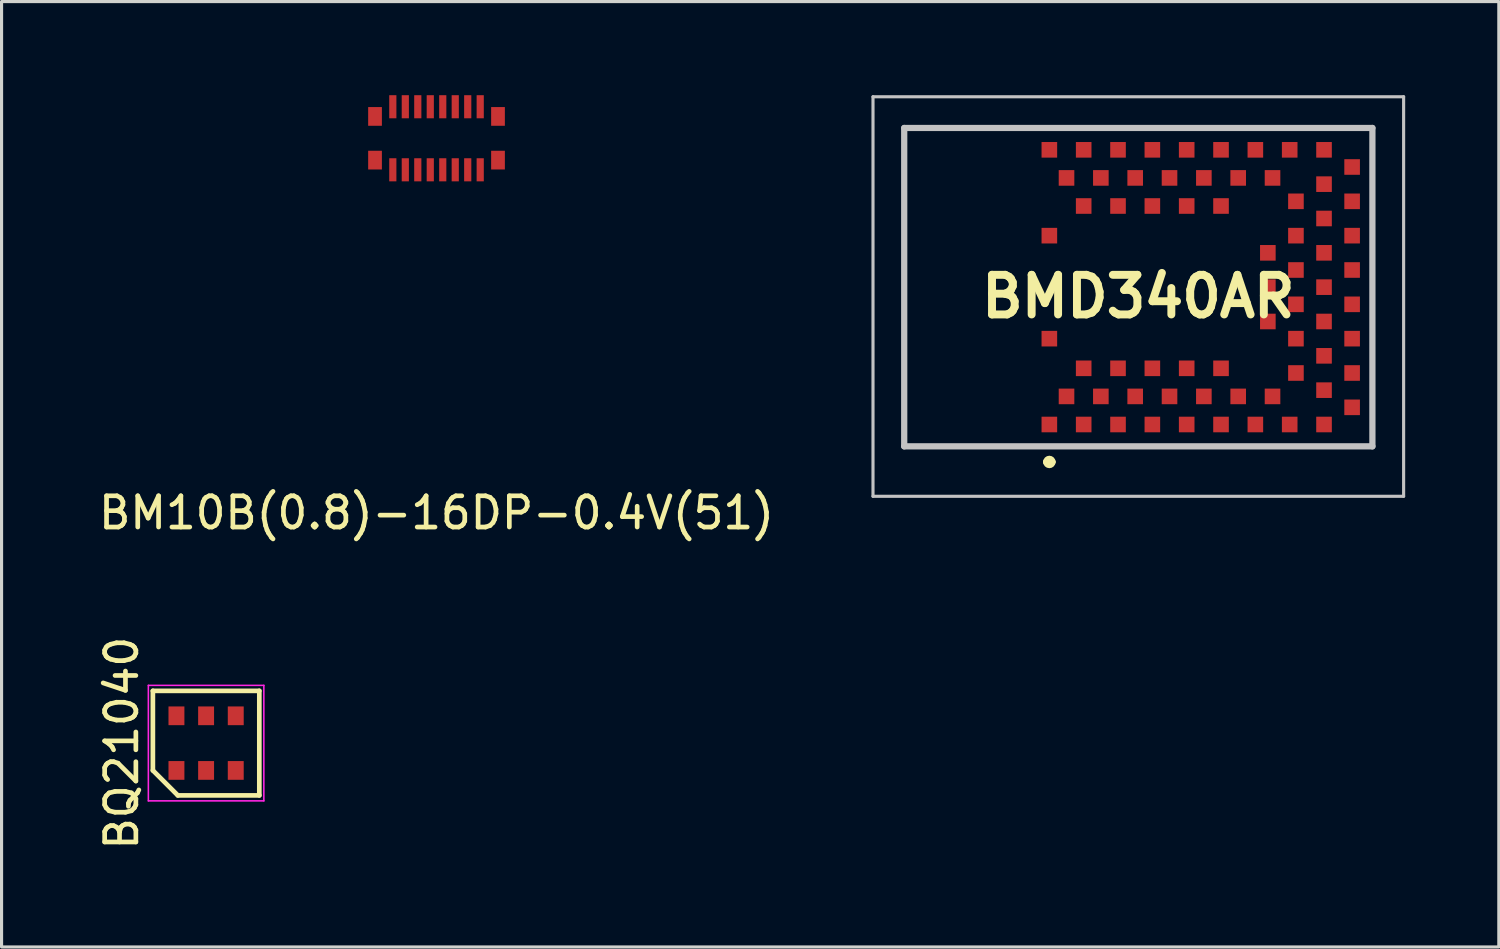
<source format=kicad_pcb>
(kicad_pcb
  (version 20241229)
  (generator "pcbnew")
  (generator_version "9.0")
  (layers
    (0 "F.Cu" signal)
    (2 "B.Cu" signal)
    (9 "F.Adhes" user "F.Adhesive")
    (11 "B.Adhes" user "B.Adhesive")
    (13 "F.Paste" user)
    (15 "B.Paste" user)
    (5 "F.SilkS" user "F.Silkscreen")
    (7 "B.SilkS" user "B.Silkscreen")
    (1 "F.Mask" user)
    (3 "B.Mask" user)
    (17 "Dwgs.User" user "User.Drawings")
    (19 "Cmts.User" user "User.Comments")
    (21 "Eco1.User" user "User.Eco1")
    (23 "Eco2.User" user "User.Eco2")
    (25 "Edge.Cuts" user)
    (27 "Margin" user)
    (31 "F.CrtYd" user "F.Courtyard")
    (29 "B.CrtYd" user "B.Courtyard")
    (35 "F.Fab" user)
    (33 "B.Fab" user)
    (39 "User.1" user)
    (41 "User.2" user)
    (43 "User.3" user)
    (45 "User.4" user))
  (footprint "BQ21040"
    (layer "F.Cu")
    (at 3.553 20.758)
    (property "Reference" "BQ21040" (at -2.705 0 90) (layer "F.SilkS") (effects (font (size 1 1) (thickness 0.15))))
    (attr smd)
    (fp_line (start -1.705 -1.675) (end 1.705 -1.675) (stroke (width 0.15) (type solid)) (layer "F.SilkS"))
    (fp_line (start -1.705 0.875) (end -1.705 -1.675) (stroke (width 0.15) (type solid)) (layer "F.SilkS"))
    (fp_line (start -0.905 1.675) (end -1.705 0.875) (stroke (width 0.15) (type solid)) (layer "F.SilkS"))
    (fp_line (start 1.705 -1.675) (end 1.705 1.675) (stroke (width 0.15) (type solid)) (layer "F.SilkS"))
    (fp_line (start 1.705 1.675) (end -0.905 1.675) (stroke (width 0.15) (type solid)) (layer "F.SilkS"))
    (fp_line (start -1.85 -1.85) (end 1.85 -1.85) (stroke (width 0.05) (type solid)) (layer "F.CrtYd"))
    (fp_line (start -1.85 1.85) (end -1.85 -1.85) (stroke (width 0.05) (type solid)) (layer "F.CrtYd"))
    (fp_line (start 1.85 -1.85) (end 1.85 1.85) (stroke (width 0.05) (type solid)) (layer "F.CrtYd"))
    (fp_line (start 1.85 1.85) (end -1.85 1.85) (stroke (width 0.05) (type solid)) (layer "F.CrtYd"))
    (pad "1" smd rect (at -0.95 0.875) (size 0.51 0.6) (layers "F.Cu" "F.Mask" "F.Paste"))
    (pad "2" smd rect (at 0 0.875) (size 0.51 0.6) (layers "F.Cu" "F.Mask" "F.Paste"))
    (pad "3" smd rect (at 0.95 0.875) (size 0.51 0.6) (layers "F.Cu" "F.Mask" "F.Paste"))
    (pad "4" smd rect (at 0.95 -0.875) (size 0.51 0.6) (layers "F.Cu" "F.Mask" "F.Paste"))
    (pad "5" smd rect (at 0 -0.875) (size 0.51 0.6) (layers "F.Cu" "F.Mask" "F.Paste"))
    (pad "6" smd rect (at -0.95 -0.875) (size 0.51 0.6) (layers "F.Cu" "F.Mask" "F.Paste")))
  (footprint "BM10B(0.8)-16DP-0.4V(51)"
    (layer "F.Cu")
    (at 10.935 1.38)
    (property "Reference" "BM10B(0.8)-16DP-0.4V(51)" (at 0 12 0) (layer "F.SilkS") (effects (font (size 1 1) (thickness 0.15))))
    (attr through_hole)
    (pad "1" smd rect (at -1.4 -1.01) (size 0.23 0.74) (layers "F.Cu" "F.Mask" "F.Paste"))
    (pad "2" smd rect (at -1.4 1.01) (size 0.23 0.74) (layers "F.Cu" "F.Mask" "F.Paste"))
    (pad "3" smd rect (at -1 -1.01) (size 0.23 0.74) (layers "F.Cu" "F.Mask" "F.Paste"))
    (pad "4" smd rect (at -1 1.01) (size 0.23 0.74) (layers "F.Cu" "F.Mask" "F.Paste"))
    (pad "5" smd rect (at -0.6 -1.01) (size 0.23 0.74) (layers "F.Cu" "F.Mask" "F.Paste"))
    (pad "6" smd rect (at -0.6 1.01) (size 0.23 0.74) (layers "F.Cu" "F.Mask" "F.Paste"))
    (pad "7" smd rect (at -0.2 -1.01) (size 0.23 0.74) (layers "F.Cu" "F.Mask" "F.Paste"))
    (pad "8" smd rect (at -0.2 1.01) (size 0.23 0.74) (layers "F.Cu" "F.Mask" "F.Paste"))
    (pad "9" smd rect (at 0.2 -1.01) (size 0.23 0.74) (layers "F.Cu" "F.Mask" "F.Paste"))
    (pad "10" smd rect (at 0.2 1.01) (size 0.23 0.74) (layers "F.Cu" "F.Mask" "F.Paste"))
    (pad "11" smd rect (at 0.6 -1.01) (size 0.23 0.74) (layers "F.Cu" "F.Mask" "F.Paste"))
    (pad "12" smd rect (at 0.6 1.01) (size 0.23 0.74) (layers "F.Cu" "F.Mask" "F.Paste"))
    (pad "13" smd rect (at 1 -1.01) (size 0.23 0.74) (layers "F.Cu" "F.Mask" "F.Paste"))
    (pad "14" smd rect (at 1 1.01) (size 0.23 0.74) (layers "F.Cu" "F.Mask" "F.Paste"))
    (pad "15" smd rect (at 1.4 -1.01) (size 0.23 0.74) (layers "F.Cu" "F.Mask" "F.Paste"))
    (pad "16" smd rect (at 1.4 1.01) (size 0.23 0.74) (layers "F.Cu" "F.Mask" "F.Paste"))
    (pad "G1" smd rect (at -1.97 -0.7) (size 0.44 0.6) (layers "F.Cu" "F.Mask" "F.Paste"))
    (pad "G2" smd rect (at -1.97 0.7) (size 0.44 0.6) (layers "F.Cu" "F.Mask" "F.Paste"))
    (pad "G3" smd rect (at 1.97 -0.7) (size 0.44 0.6) (layers "F.Cu" "F.Mask" "F.Paste"))
    (pad "G4" smd rect (at 1.97 0.7) (size 0.44 0.6) (layers "F.Cu" "F.Mask" "F.Paste")))
  (footprint "BMD340AR"
    (layer "F.Cu")
    (at 39.369 6.15)
    (property "Reference" "BMD340AR" (at -5.95 0.3 0) (layer "F.SilkS") (effects (font (size 1.27 1.27) (thickness 0.254))))
    (attr smd)
    (fp_line (start -13.45 -5.1) (end 1.55 -5.1) (stroke (width 0.1) (type solid)) (layer "F.SilkS"))
    (fp_line (start -13.45 5.1) (end -13.45 -5.1) (stroke (width 0.1) (type solid)) (layer "F.SilkS"))
    (fp_line (start -8.9 5.6) (end -8.9 5.6) (stroke (width 0.2) (type solid)) (layer "F.SilkS"))
    (fp_line (start -8.7 5.6) (end -8.7 5.6) (stroke (width 0.2) (type solid)) (layer "F.SilkS"))
    (fp_line (start 1.55 -5.1) (end 1.55 5.1) (stroke (width 0.1) (type solid)) (layer "F.SilkS"))
    (fp_line (start 1.55 5.1) (end -13.45 5.1) (stroke (width 0.1) (type solid)) (layer "F.SilkS"))
    (fp_arc (start -8.9 5.6) (mid -8.8 5.5) (end -8.7 5.6) (stroke (width 0.2) (type solid)) (layer "F.SilkS"))
    (fp_arc (start -8.7 5.6) (mid -8.8 5.7) (end -8.9 5.6) (stroke (width 0.2) (type solid)) (layer "F.SilkS"))
    (fp_line (start -14.45 -6.1) (end 2.55 -6.1) (stroke (width 0.1) (type solid)) (layer "Dwgs.User"))
    (fp_line (start -14.45 6.7) (end -14.45 -6.1) (stroke (width 0.1) (type solid)) (layer "Dwgs.User"))
    (fp_line (start -13.45 -5.1) (end 1.55 -5.1) (stroke (width 0.2) (type solid)) (layer "Dwgs.User"))
    (fp_line (start -13.45 5.1) (end -13.45 -5.1) (stroke (width 0.2) (type solid)) (layer "Dwgs.User"))
    (fp_line (start 1.55 -5.1) (end 1.55 5.1) (stroke (width 0.2) (type solid)) (layer "Dwgs.User"))
    (fp_line (start 1.55 5.1) (end -13.45 5.1) (stroke (width 0.2) (type solid)) (layer "Dwgs.User"))
    (fp_line (start 2.55 -6.1) (end 2.55 6.7) (stroke (width 0.1) (type solid)) (layer "Dwgs.User"))
    (fp_line (start 2.55 6.7) (end -14.45 6.7) (stroke (width 0.1) (type solid)) (layer "Dwgs.User"))
    (pad "1" smd rect (at -8.8 4.4 90) (size 0.5 0.5) (layers "F.Cu" "F.Mask" "F.Paste"))
    (pad "2" smd rect (at -8.25 3.5 90) (size 0.5 0.5) (layers "F.Cu" "F.Mask" "F.Paste"))
    (pad "3" smd rect (at -7.7 4.4 90) (size 0.5 0.5) (layers "F.Cu" "F.Mask" "F.Paste"))
    (pad "4" smd rect (at -7.15 3.5 90) (size 0.5 0.5) (layers "F.Cu" "F.Mask" "F.Paste"))
    (pad "5" smd rect (at -6.6 4.4 90) (size 0.5 0.5) (layers "F.Cu" "F.Mask" "F.Paste"))
    (pad "6" smd rect (at -6.05 3.5 90) (size 0.5 0.5) (layers "F.Cu" "F.Mask" "F.Paste"))
    (pad "7" smd rect (at -5.5 4.4 90) (size 0.5 0.5) (layers "F.Cu" "F.Mask" "F.Paste"))
    (pad "8" smd rect (at -4.95 3.5 90) (size 0.5 0.5) (layers "F.Cu" "F.Mask" "F.Paste"))
    (pad "9" smd rect (at -4.4 4.4 90) (size 0.5 0.5) (layers "F.Cu" "F.Mask" "F.Paste"))
    (pad "10" smd rect (at -3.85 3.5 90) (size 0.5 0.5) (layers "F.Cu" "F.Mask" "F.Paste"))
    (pad "11" smd rect (at -3.3 4.4 90) (size 0.5 0.5) (layers "F.Cu" "F.Mask" "F.Paste"))
    (pad "12" smd rect (at -2.75 3.5 90) (size 0.5 0.5) (layers "F.Cu" "F.Mask" "F.Paste"))
    (pad "13" smd rect (at -2.2 4.4 90) (size 0.5 0.5) (layers "F.Cu" "F.Mask" "F.Paste"))
    (pad "14" smd rect (at -1.65 3.5 90) (size 0.5 0.5) (layers "F.Cu" "F.Mask" "F.Paste"))
    (pad "15" smd rect (at -1.1 4.4 90) (size 0.5 0.5) (layers "F.Cu" "F.Mask" "F.Paste"))
    (pad "16" smd rect (at 0 4.4 90) (size 0.5 0.5) (layers "F.Cu" "F.Mask" "F.Paste"))
    (pad "17" smd rect (at 0 3.3 90) (size 0.5 0.5) (layers "F.Cu" "F.Mask" "F.Paste"))
    (pad "18" smd rect (at -0.9 2.75 90) (size 0.5 0.5) (layers "F.Cu" "F.Mask" "F.Paste"))
    (pad "19" smd rect (at 0 2.2 90) (size 0.5 0.5) (layers "F.Cu" "F.Mask" "F.Paste"))
    (pad "20" smd rect (at -0.9 1.65 90) (size 0.5 0.5) (layers "F.Cu" "F.Mask" "F.Paste"))
    (pad "21" smd rect (at 0 1.1 90) (size 0.5 0.5) (layers "F.Cu" "F.Mask" "F.Paste"))
    (pad "22" smd rect (at -0.9 0.55 90) (size 0.5 0.5) (layers "F.Cu" "F.Mask" "F.Paste"))
    (pad "23" smd rect (at 0 0 90) (size 0.5 0.5) (layers "F.Cu" "F.Mask" "F.Paste"))
    (pad "24" smd rect (at -0.9 -0.55 90) (size 0.5 0.5) (layers "F.Cu" "F.Mask" "F.Paste"))
    (pad "25" smd rect (at 0 -1.1 90) (size 0.5 0.5) (layers "F.Cu" "F.Mask" "F.Paste"))
    (pad "26" smd rect (at -0.9 -1.65 90) (size 0.5 0.5) (layers "F.Cu" "F.Mask" "F.Paste"))
    (pad "27" smd rect (at 0 -2.2 90) (size 0.5 0.5) (layers "F.Cu" "F.Mask" "F.Paste"))
    (pad "28" smd rect (at -0.9 -2.75 90) (size 0.5 0.5) (layers "F.Cu" "F.Mask" "F.Paste"))
    (pad "29" smd rect (at 0 -3.3 90) (size 0.5 0.5) (layers "F.Cu" "F.Mask" "F.Paste"))
    (pad "30" smd rect (at 0 -4.4 90) (size 0.5 0.5) (layers "F.Cu" "F.Mask" "F.Paste"))
    (pad "31" smd rect (at -1.1 -4.4 90) (size 0.5 0.5) (layers "F.Cu" "F.Mask" "F.Paste"))
    (pad "32" smd rect (at -1.65 -3.5 90) (size 0.5 0.5) (layers "F.Cu" "F.Mask" "F.Paste"))
    (pad "33" smd rect (at -2.2 -4.4 90) (size 0.5 0.5) (layers "F.Cu" "F.Mask" "F.Paste"))
    (pad "34" smd rect (at -2.75 -3.5 90) (size 0.5 0.5) (layers "F.Cu" "F.Mask" "F.Paste"))
    (pad "35" smd rect (at -3.3 -4.4 90) (size 0.5 0.5) (layers "F.Cu" "F.Mask" "F.Paste"))
    (pad "36" smd rect (at -3.85 -3.5 90) (size 0.5 0.5) (layers "F.Cu" "F.Mask" "F.Paste"))
    (pad "37" smd rect (at -4.4 -4.4 90) (size 0.5 0.5) (layers "F.Cu" "F.Mask" "F.Paste"))
    (pad "38" smd rect (at -4.95 -3.5 90) (size 0.5 0.5) (layers "F.Cu" "F.Mask" "F.Paste"))
    (pad "39" smd rect (at -5.5 -4.4 90) (size 0.5 0.5) (layers "F.Cu" "F.Mask" "F.Paste"))
    (pad "40" smd rect (at -6.05 -3.5 90) (size 0.5 0.5) (layers "F.Cu" "F.Mask" "F.Paste"))
    (pad "41" smd rect (at -6.6 -4.4 90) (size 0.5 0.5) (layers "F.Cu" "F.Mask" "F.Paste"))
    (pad "42" smd rect (at -7.15 -3.5 90) (size 0.5 0.5) (layers "F.Cu" "F.Mask" "F.Paste"))
    (pad "43" smd rect (at -7.7 -4.4 90) (size 0.5 0.5) (layers "F.Cu" "F.Mask" "F.Paste"))
    (pad "44" smd rect (at -8.25 -3.5 90) (size 0.5 0.5) (layers "F.Cu" "F.Mask" "F.Paste"))
    (pad "45" smd rect (at -8.8 -4.4 90) (size 0.5 0.5) (layers "F.Cu" "F.Mask" "F.Paste"))
    (pad "46" smd rect (at -8.8 -1.65 90) (size 0.5 0.5) (layers "F.Cu" "F.Mask" "F.Paste"))
    (pad "47" smd rect (at -8.8 1.65 90) (size 0.5 0.5) (layers "F.Cu" "F.Mask" "F.Paste"))
    (pad "48" smd rect (at -7.7 2.6 90) (size 0.5 0.5) (layers "F.Cu" "F.Mask" "F.Paste"))
    (pad "49" smd rect (at -6.6 2.6 90) (size 0.5 0.5) (layers "F.Cu" "F.Mask" "F.Paste"))
    (pad "50" smd rect (at -5.5 2.6 90) (size 0.5 0.5) (layers "F.Cu" "F.Mask" "F.Paste"))
    (pad "51" smd rect (at -4.4 2.6 90) (size 0.5 0.5) (layers "F.Cu" "F.Mask" "F.Paste"))
    (pad "52" smd rect (at -3.3 2.6 90) (size 0.5 0.5) (layers "F.Cu" "F.Mask" "F.Paste"))
    (pad "53" smd rect (at -1.8 1.1 90) (size 0.5 0.5) (layers "F.Cu" "F.Mask" "F.Paste"))
    (pad "54" smd rect (at -1.8 0 90) (size 0.5 0.5) (layers "F.Cu" "F.Mask" "F.Paste"))
    (pad "55" smd rect (at -1.8 -1.1 90) (size 0.5 0.5) (layers "F.Cu" "F.Mask" "F.Paste"))
    (pad "56" smd rect (at -3.3 -2.6 90) (size 0.5 0.5) (layers "F.Cu" "F.Mask" "F.Paste"))
    (pad "57" smd rect (at -4.4 -2.6 90) (size 0.5 0.5) (layers "F.Cu" "F.Mask" "F.Paste"))
    (pad "58" smd rect (at -5.5 -2.6 90) (size 0.5 0.5) (layers "F.Cu" "F.Mask" "F.Paste"))
    (pad "59" smd rect (at -6.6 -2.6 90) (size 0.5 0.5) (layers "F.Cu" "F.Mask" "F.Paste"))
    (pad "60" smd rect (at -7.7 -2.6 90) (size 0.5 0.5) (layers "F.Cu" "F.Mask" "F.Paste"))
    (pad "61" smd rect (at 0.9 3.85 90) (size 0.5 0.5) (layers "F.Cu" "F.Mask" "F.Paste"))
    (pad "62" smd rect (at 0.9 2.75 90) (size 0.5 0.5) (layers "F.Cu" "F.Mask" "F.Paste"))
    (pad "63" smd rect (at 0.9 1.65 90) (size 0.5 0.5) (layers "F.Cu" "F.Mask" "F.Paste"))
    (pad "64" smd rect (at 0.9 0.55 90) (size 0.5 0.5) (layers "F.Cu" "F.Mask" "F.Paste"))
    (pad "65" smd rect (at 0.9 -0.55 90) (size 0.5 0.5) (layers "F.Cu" "F.Mask" "F.Paste"))
    (pad "66" smd rect (at 0.9 -1.65 90) (size 0.5 0.5) (layers "F.Cu" "F.Mask" "F.Paste"))
    (pad "67" smd rect (at 0.9 -2.75 90) (size 0.5 0.5) (layers "F.Cu" "F.Mask" "F.Paste"))
    (pad "68" smd rect (at 0.9 -3.85 90) (size 0.5 0.5) (layers "F.Cu" "F.Mask" "F.Paste")))
  (gr_rect
    (start -3 -3)
    (end 44.969 27.288)
    (stroke (width 0.1) (type default))
    (fill no)
    (layer "Edge.Cuts")))
</source>
